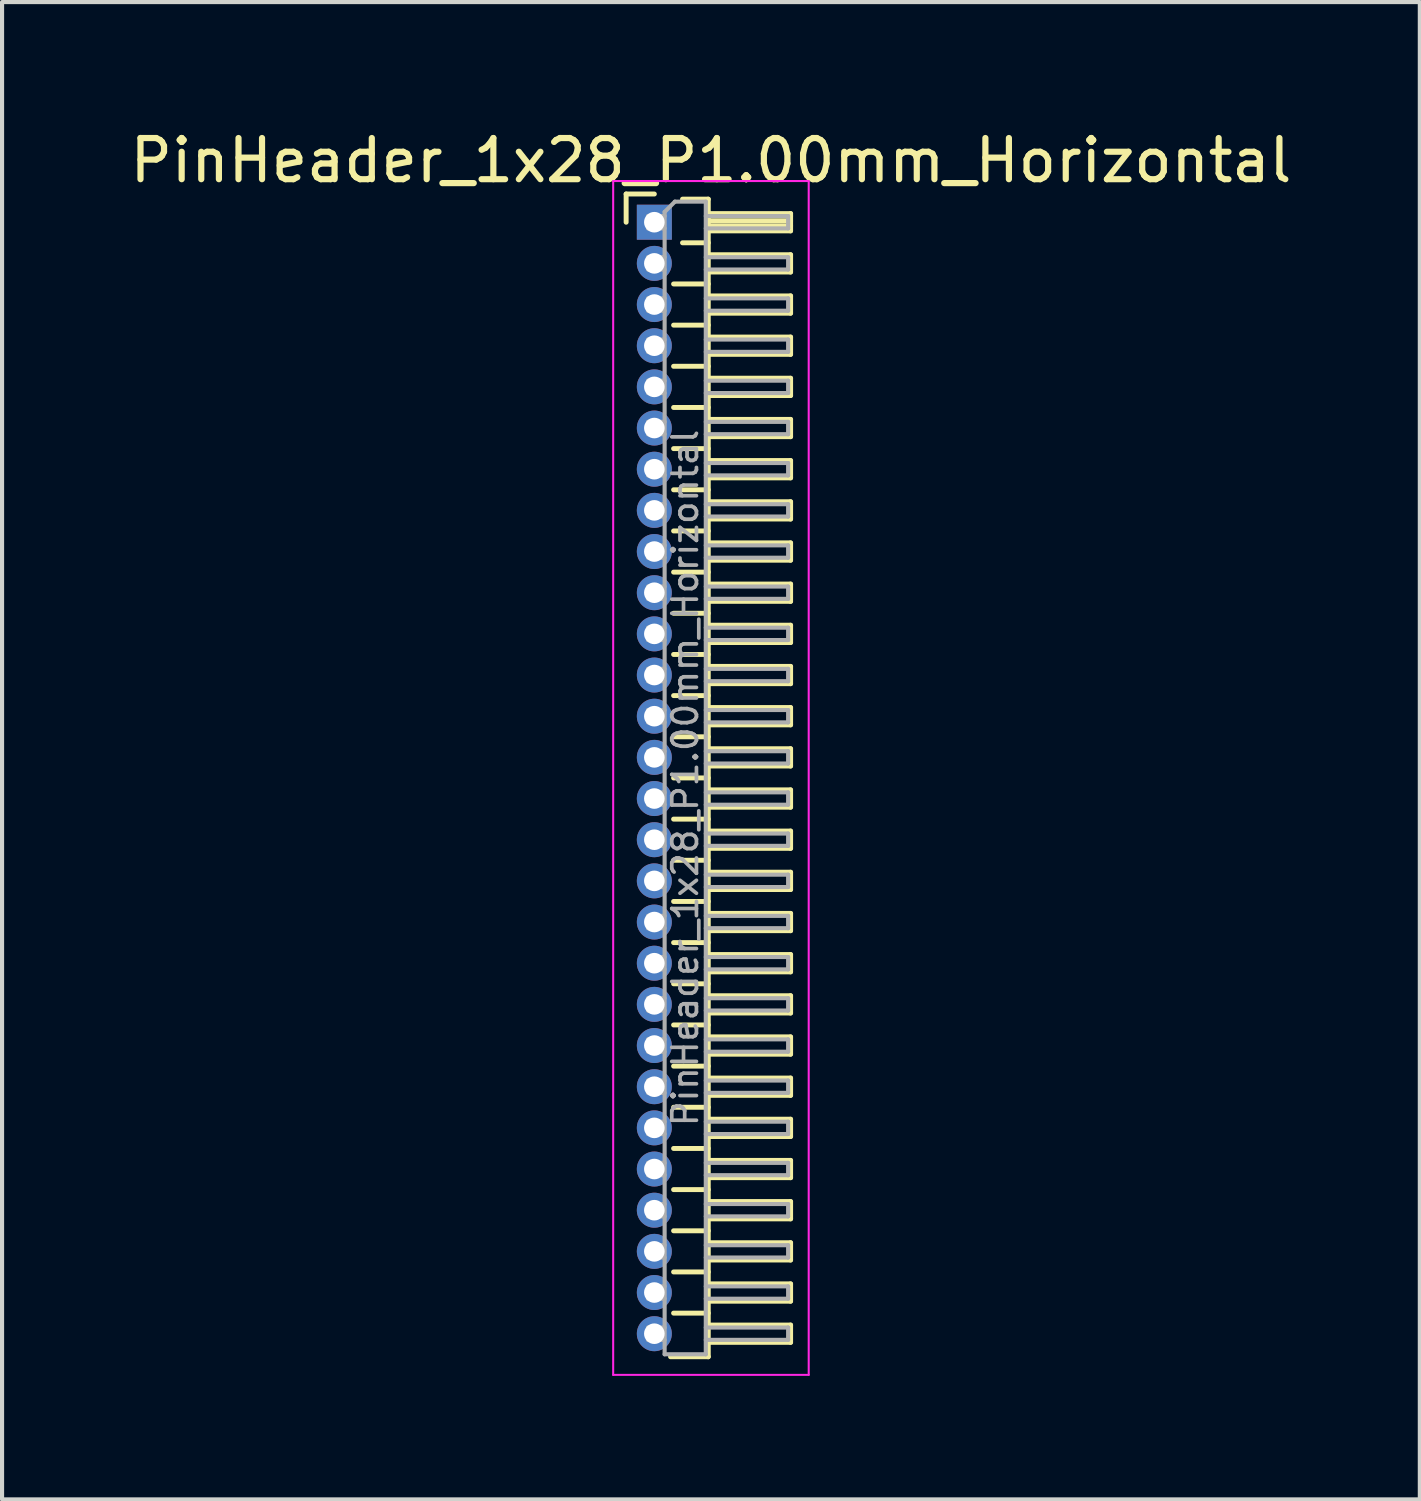
<source format=kicad_pcb>
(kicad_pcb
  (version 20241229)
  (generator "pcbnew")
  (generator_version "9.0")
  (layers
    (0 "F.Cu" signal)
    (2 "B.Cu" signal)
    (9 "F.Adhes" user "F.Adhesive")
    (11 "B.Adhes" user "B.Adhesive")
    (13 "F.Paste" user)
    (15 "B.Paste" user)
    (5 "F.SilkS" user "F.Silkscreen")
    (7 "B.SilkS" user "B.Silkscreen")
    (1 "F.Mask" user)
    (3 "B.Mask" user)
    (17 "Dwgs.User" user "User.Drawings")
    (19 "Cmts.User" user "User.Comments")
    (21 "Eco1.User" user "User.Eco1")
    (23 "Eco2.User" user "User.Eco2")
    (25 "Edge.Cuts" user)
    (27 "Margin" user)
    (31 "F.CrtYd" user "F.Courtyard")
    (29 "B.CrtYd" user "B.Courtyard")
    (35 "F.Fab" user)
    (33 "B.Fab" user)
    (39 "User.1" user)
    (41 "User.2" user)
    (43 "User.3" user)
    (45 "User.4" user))
  (footprint "PinHeader_1x28_P1.00mm_Horizontal"
    (layer "F.Cu")
    (at 12.845 2.348)
    (property "Reference" "PinHeader_1x28_P1.00mm_Horizontal" (at 1.375 -1.5 0) (layer "F.SilkS") (effects (font (size 1 1) (thickness 0.15))))
    (attr through_hole)
    (fp_line (start -0.685 -0.685) (end 0 -0.685) (stroke (width 0.12) (type solid)) (layer "F.SilkS"))
    (fp_line (start -0.685 0) (end -0.685 -0.685) (stroke (width 0.12) (type solid)) (layer "F.SilkS"))
    (fp_line (start 0.468 1.5) (end 1.31 1.5) (stroke (width 0.12) (type solid)) (layer "F.SilkS"))
    (fp_line (start 0.468 2.5) (end 1.31 2.5) (stroke (width 0.12) (type solid)) (layer "F.SilkS"))
    (fp_line (start 0.468 3.5) (end 1.31 3.5) (stroke (width 0.12) (type solid)) (layer "F.SilkS"))
    (fp_line (start 0.468 4.5) (end 1.31 4.5) (stroke (width 0.12) (type solid)) (layer "F.SilkS"))
    (fp_line (start 0.468 5.5) (end 1.31 5.5) (stroke (width 0.12) (type solid)) (layer "F.SilkS"))
    (fp_line (start 0.468 6.5) (end 1.31 6.5) (stroke (width 0.12) (type solid)) (layer "F.SilkS"))
    (fp_line (start 0.468 7.5) (end 1.31 7.5) (stroke (width 0.12) (type solid)) (layer "F.SilkS"))
    (fp_line (start 0.468 8.5) (end 1.31 8.5) (stroke (width 0.12) (type solid)) (layer "F.SilkS"))
    (fp_line (start 0.468 9.5) (end 1.31 9.5) (stroke (width 0.12) (type solid)) (layer "F.SilkS"))
    (fp_line (start 0.468 10.5) (end 1.31 10.5) (stroke (width 0.12) (type solid)) (layer "F.SilkS"))
    (fp_line (start 0.468 11.5) (end 1.31 11.5) (stroke (width 0.12) (type solid)) (layer "F.SilkS"))
    (fp_line (start 0.468 12.5) (end 1.31 12.5) (stroke (width 0.12) (type solid)) (layer "F.SilkS"))
    (fp_line (start 0.468 13.5) (end 1.31 13.5) (stroke (width 0.12) (type solid)) (layer "F.SilkS"))
    (fp_line (start 0.468 14.5) (end 1.31 14.5) (stroke (width 0.12) (type solid)) (layer "F.SilkS"))
    (fp_line (start 0.468 15.5) (end 1.31 15.5) (stroke (width 0.12) (type solid)) (layer "F.SilkS"))
    (fp_line (start 0.468 16.5) (end 1.31 16.5) (stroke (width 0.12) (type solid)) (layer "F.SilkS"))
    (fp_line (start 0.468 17.5) (end 1.31 17.5) (stroke (width 0.12) (type solid)) (layer "F.SilkS"))
    (fp_line (start 0.468 18.5) (end 1.31 18.5) (stroke (width 0.12) (type solid)) (layer "F.SilkS"))
    (fp_line (start 0.468 19.5) (end 1.31 19.5) (stroke (width 0.12) (type solid)) (layer "F.SilkS"))
    (fp_line (start 0.468 20.5) (end 1.31 20.5) (stroke (width 0.12) (type solid)) (layer "F.SilkS"))
    (fp_line (start 0.468 21.5) (end 1.31 21.5) (stroke (width 0.12) (type solid)) (layer "F.SilkS"))
    (fp_line (start 0.468 22.5) (end 1.31 22.5) (stroke (width 0.12) (type solid)) (layer "F.SilkS"))
    (fp_line (start 0.468 23.5) (end 1.31 23.5) (stroke (width 0.12) (type solid)) (layer "F.SilkS"))
    (fp_line (start 0.468 24.5) (end 1.31 24.5) (stroke (width 0.12) (type solid)) (layer "F.SilkS"))
    (fp_line (start 0.468 25.5) (end 1.31 25.5) (stroke (width 0.12) (type solid)) (layer "F.SilkS"))
    (fp_line (start 0.468 26.5) (end 1.31 26.5) (stroke (width 0.12) (type solid)) (layer "F.SilkS"))
    (fp_line (start 0.685 -0.56) (end 1.31 -0.56) (stroke (width 0.12) (type solid)) (layer "F.SilkS"))
    (fp_line (start 0.685 0.5) (end 1.31 0.5) (stroke (width 0.12) (type solid)) (layer "F.SilkS"))
    (fp_line (start 1.31 -0.56) (end 1.31 27.56) (stroke (width 0.12) (type solid)) (layer "F.SilkS"))
    (fp_line (start 1.31 -0.21) (end 3.31 -0.21) (stroke (width 0.12) (type solid)) (layer "F.SilkS"))
    (fp_line (start 1.31 -0.15) (end 3.31 -0.15) (stroke (width 0.12) (type solid)) (layer "F.SilkS"))
    (fp_line (start 1.31 -0.03) (end 3.31 -0.03) (stroke (width 0.12) (type solid)) (layer "F.SilkS"))
    (fp_line (start 1.31 0.09) (end 3.31 0.09) (stroke (width 0.12) (type solid)) (layer "F.SilkS"))
    (fp_line (start 1.31 0.79) (end 3.31 0.79) (stroke (width 0.12) (type solid)) (layer "F.SilkS"))
    (fp_line (start 1.31 1.79) (end 3.31 1.79) (stroke (width 0.12) (type solid)) (layer "F.SilkS"))
    (fp_line (start 1.31 2.79) (end 3.31 2.79) (stroke (width 0.12) (type solid)) (layer "F.SilkS"))
    (fp_line (start 1.31 3.79) (end 3.31 3.79) (stroke (width 0.12) (type solid)) (layer "F.SilkS"))
    (fp_line (start 1.31 4.79) (end 3.31 4.79) (stroke (width 0.12) (type solid)) (layer "F.SilkS"))
    (fp_line (start 1.31 5.79) (end 3.31 5.79) (stroke (width 0.12) (type solid)) (layer "F.SilkS"))
    (fp_line (start 1.31 6.79) (end 3.31 6.79) (stroke (width 0.12) (type solid)) (layer "F.SilkS"))
    (fp_line (start 1.31 7.79) (end 3.31 7.79) (stroke (width 0.12) (type solid)) (layer "F.SilkS"))
    (fp_line (start 1.31 8.79) (end 3.31 8.79) (stroke (width 0.12) (type solid)) (layer "F.SilkS"))
    (fp_line (start 1.31 9.79) (end 3.31 9.79) (stroke (width 0.12) (type solid)) (layer "F.SilkS"))
    (fp_line (start 1.31 10.79) (end 3.31 10.79) (stroke (width 0.12) (type solid)) (layer "F.SilkS"))
    (fp_line (start 1.31 11.79) (end 3.31 11.79) (stroke (width 0.12) (type solid)) (layer "F.SilkS"))
    (fp_line (start 1.31 12.79) (end 3.31 12.79) (stroke (width 0.12) (type solid)) (layer "F.SilkS"))
    (fp_line (start 1.31 13.79) (end 3.31 13.79) (stroke (width 0.12) (type solid)) (layer "F.SilkS"))
    (fp_line (start 1.31 14.79) (end 3.31 14.79) (stroke (width 0.12) (type solid)) (layer "F.SilkS"))
    (fp_line (start 1.31 15.79) (end 3.31 15.79) (stroke (width 0.12) (type solid)) (layer "F.SilkS"))
    (fp_line (start 1.31 16.79) (end 3.31 16.79) (stroke (width 0.12) (type solid)) (layer "F.SilkS"))
    (fp_line (start 1.31 17.79) (end 3.31 17.79) (stroke (width 0.12) (type solid)) (layer "F.SilkS"))
    (fp_line (start 1.31 18.79) (end 3.31 18.79) (stroke (width 0.12) (type solid)) (layer "F.SilkS"))
    (fp_line (start 1.31 19.79) (end 3.31 19.79) (stroke (width 0.12) (type solid)) (layer "F.SilkS"))
    (fp_line (start 1.31 20.79) (end 3.31 20.79) (stroke (width 0.12) (type solid)) (layer "F.SilkS"))
    (fp_line (start 1.31 21.79) (end 3.31 21.79) (stroke (width 0.12) (type solid)) (layer "F.SilkS"))
    (fp_line (start 1.31 22.79) (end 3.31 22.79) (stroke (width 0.12) (type solid)) (layer "F.SilkS"))
    (fp_line (start 1.31 23.79) (end 3.31 23.79) (stroke (width 0.12) (type solid)) (layer "F.SilkS"))
    (fp_line (start 1.31 24.79) (end 3.31 24.79) (stroke (width 0.12) (type solid)) (layer "F.SilkS"))
    (fp_line (start 1.31 25.79) (end 3.31 25.79) (stroke (width 0.12) (type solid)) (layer "F.SilkS"))
    (fp_line (start 1.31 26.79) (end 3.31 26.79) (stroke (width 0.12) (type solid)) (layer "F.SilkS"))
    (fp_line (start 1.31 27.56) (end 0.394 27.56) (stroke (width 0.12) (type solid)) (layer "F.SilkS"))
    (fp_line (start 3.31 -0.21) (end 3.31 0.21) (stroke (width 0.12) (type solid)) (layer "F.SilkS"))
    (fp_line (start 3.31 0.21) (end 1.31 0.21) (stroke (width 0.12) (type solid)) (layer "F.SilkS"))
    (fp_line (start 3.31 0.79) (end 3.31 1.21) (stroke (width 0.12) (type solid)) (layer "F.SilkS"))
    (fp_line (start 3.31 1.21) (end 1.31 1.21) (stroke (width 0.12) (type solid)) (layer "F.SilkS"))
    (fp_line (start 3.31 1.79) (end 3.31 2.21) (stroke (width 0.12) (type solid)) (layer "F.SilkS"))
    (fp_line (start 3.31 2.21) (end 1.31 2.21) (stroke (width 0.12) (type solid)) (layer "F.SilkS"))
    (fp_line (start 3.31 2.79) (end 3.31 3.21) (stroke (width 0.12) (type solid)) (layer "F.SilkS"))
    (fp_line (start 3.31 3.21) (end 1.31 3.21) (stroke (width 0.12) (type solid)) (layer "F.SilkS"))
    (fp_line (start 3.31 3.79) (end 3.31 4.21) (stroke (width 0.12) (type solid)) (layer "F.SilkS"))
    (fp_line (start 3.31 4.21) (end 1.31 4.21) (stroke (width 0.12) (type solid)) (layer "F.SilkS"))
    (fp_line (start 3.31 4.79) (end 3.31 5.21) (stroke (width 0.12) (type solid)) (layer "F.SilkS"))
    (fp_line (start 3.31 5.21) (end 1.31 5.21) (stroke (width 0.12) (type solid)) (layer "F.SilkS"))
    (fp_line (start 3.31 5.79) (end 3.31 6.21) (stroke (width 0.12) (type solid)) (layer "F.SilkS"))
    (fp_line (start 3.31 6.21) (end 1.31 6.21) (stroke (width 0.12) (type solid)) (layer "F.SilkS"))
    (fp_line (start 3.31 6.79) (end 3.31 7.21) (stroke (width 0.12) (type solid)) (layer "F.SilkS"))
    (fp_line (start 3.31 7.21) (end 1.31 7.21) (stroke (width 0.12) (type solid)) (layer "F.SilkS"))
    (fp_line (start 3.31 7.79) (end 3.31 8.21) (stroke (width 0.12) (type solid)) (layer "F.SilkS"))
    (fp_line (start 3.31 8.21) (end 1.31 8.21) (stroke (width 0.12) (type solid)) (layer "F.SilkS"))
    (fp_line (start 3.31 8.79) (end 3.31 9.21) (stroke (width 0.12) (type solid)) (layer "F.SilkS"))
    (fp_line (start 3.31 9.21) (end 1.31 9.21) (stroke (width 0.12) (type solid)) (layer "F.SilkS"))
    (fp_line (start 3.31 9.79) (end 3.31 10.21) (stroke (width 0.12) (type solid)) (layer "F.SilkS"))
    (fp_line (start 3.31 10.21) (end 1.31 10.21) (stroke (width 0.12) (type solid)) (layer "F.SilkS"))
    (fp_line (start 3.31 10.79) (end 3.31 11.21) (stroke (width 0.12) (type solid)) (layer "F.SilkS"))
    (fp_line (start 3.31 11.21) (end 1.31 11.21) (stroke (width 0.12) (type solid)) (layer "F.SilkS"))
    (fp_line (start 3.31 11.79) (end 3.31 12.21) (stroke (width 0.12) (type solid)) (layer "F.SilkS"))
    (fp_line (start 3.31 12.21) (end 1.31 12.21) (stroke (width 0.12) (type solid)) (layer "F.SilkS"))
    (fp_line (start 3.31 12.79) (end 3.31 13.21) (stroke (width 0.12) (type solid)) (layer "F.SilkS"))
    (fp_line (start 3.31 13.21) (end 1.31 13.21) (stroke (width 0.12) (type solid)) (layer "F.SilkS"))
    (fp_line (start 3.31 13.79) (end 3.31 14.21) (stroke (width 0.12) (type solid)) (layer "F.SilkS"))
    (fp_line (start 3.31 14.21) (end 1.31 14.21) (stroke (width 0.12) (type solid)) (layer "F.SilkS"))
    (fp_line (start 3.31 14.79) (end 3.31 15.21) (stroke (width 0.12) (type solid)) (layer "F.SilkS"))
    (fp_line (start 3.31 15.21) (end 1.31 15.21) (stroke (width 0.12) (type solid)) (layer "F.SilkS"))
    (fp_line (start 3.31 15.79) (end 3.31 16.21) (stroke (width 0.12) (type solid)) (layer "F.SilkS"))
    (fp_line (start 3.31 16.21) (end 1.31 16.21) (stroke (width 0.12) (type solid)) (layer "F.SilkS"))
    (fp_line (start 3.31 16.79) (end 3.31 17.21) (stroke (width 0.12) (type solid)) (layer "F.SilkS"))
    (fp_line (start 3.31 17.21) (end 1.31 17.21) (stroke (width 0.12) (type solid)) (layer "F.SilkS"))
    (fp_line (start 3.31 17.79) (end 3.31 18.21) (stroke (width 0.12) (type solid)) (layer "F.SilkS"))
    (fp_line (start 3.31 18.21) (end 1.31 18.21) (stroke (width 0.12) (type solid)) (layer "F.SilkS"))
    (fp_line (start 3.31 18.79) (end 3.31 19.21) (stroke (width 0.12) (type solid)) (layer "F.SilkS"))
    (fp_line (start 3.31 19.21) (end 1.31 19.21) (stroke (width 0.12) (type solid)) (layer "F.SilkS"))
    (fp_line (start 3.31 19.79) (end 3.31 20.21) (stroke (width 0.12) (type solid)) (layer "F.SilkS"))
    (fp_line (start 3.31 20.21) (end 1.31 20.21) (stroke (width 0.12) (type solid)) (layer "F.SilkS"))
    (fp_line (start 3.31 20.79) (end 3.31 21.21) (stroke (width 0.12) (type solid)) (layer "F.SilkS"))
    (fp_line (start 3.31 21.21) (end 1.31 21.21) (stroke (width 0.12) (type solid)) (layer "F.SilkS"))
    (fp_line (start 3.31 21.79) (end 3.31 22.21) (stroke (width 0.12) (type solid)) (layer "F.SilkS"))
    (fp_line (start 3.31 22.21) (end 1.31 22.21) (stroke (width 0.12) (type solid)) (layer "F.SilkS"))
    (fp_line (start 3.31 22.79) (end 3.31 23.21) (stroke (width 0.12) (type solid)) (layer "F.SilkS"))
    (fp_line (start 3.31 23.21) (end 1.31 23.21) (stroke (width 0.12) (type solid)) (layer "F.SilkS"))
    (fp_line (start 3.31 23.79) (end 3.31 24.21) (stroke (width 0.12) (type solid)) (layer "F.SilkS"))
    (fp_line (start 3.31 24.21) (end 1.31 24.21) (stroke (width 0.12) (type solid)) (layer "F.SilkS"))
    (fp_line (start 3.31 24.79) (end 3.31 25.21) (stroke (width 0.12) (type solid)) (layer "F.SilkS"))
    (fp_line (start 3.31 25.21) (end 1.31 25.21) (stroke (width 0.12) (type solid)) (layer "F.SilkS"))
    (fp_line (start 3.31 25.79) (end 3.31 26.21) (stroke (width 0.12) (type solid)) (layer "F.SilkS"))
    (fp_line (start 3.31 26.21) (end 1.31 26.21) (stroke (width 0.12) (type solid)) (layer "F.SilkS"))
    (fp_line (start 3.31 26.79) (end 3.31 27.21) (stroke (width 0.12) (type solid)) (layer "F.SilkS"))
    (fp_line (start 3.31 27.21) (end 1.31 27.21) (stroke (width 0.12) (type solid)) (layer "F.SilkS"))
    (fp_line (start -1 -1) (end -1 28) (stroke (width 0.05) (type solid)) (layer "F.CrtYd"))
    (fp_line (start -1 28) (end 3.75 28) (stroke (width 0.05) (type solid)) (layer "F.CrtYd"))
    (fp_line (start 3.75 -1) (end -1 -1) (stroke (width 0.05) (type solid)) (layer "F.CrtYd"))
    (fp_line (start 3.75 28) (end 3.75 -1) (stroke (width 0.05) (type solid)) (layer "F.CrtYd"))
    (fp_line (start -0.15 -0.15) (end -0.15 0.15) (stroke (width 0.1) (type solid)) (layer "F.Fab"))
    (fp_line (start -0.15 -0.15) (end 0.25 -0.15) (stroke (width 0.1) (type solid)) (layer "F.Fab"))
    (fp_line (start -0.15 0.15) (end 0.25 0.15) (stroke (width 0.1) (type solid)) (layer "F.Fab"))
    (fp_line (start -0.15 0.85) (end -0.15 1.15) (stroke (width 0.1) (type solid)) (layer "F.Fab"))
    (fp_line (start -0.15 0.85) (end 0.25 0.85) (stroke (width 0.1) (type solid)) (layer "F.Fab"))
    (fp_line (start -0.15 1.15) (end 0.25 1.15) (stroke (width 0.1) (type solid)) (layer "F.Fab"))
    (fp_line (start -0.15 1.85) (end -0.15 2.15) (stroke (width 0.1) (type solid)) (layer "F.Fab"))
    (fp_line (start -0.15 1.85) (end 0.25 1.85) (stroke (width 0.1) (type solid)) (layer "F.Fab"))
    (fp_line (start -0.15 2.15) (end 0.25 2.15) (stroke (width 0.1) (type solid)) (layer "F.Fab"))
    (fp_line (start -0.15 2.85) (end -0.15 3.15) (stroke (width 0.1) (type solid)) (layer "F.Fab"))
    (fp_line (start -0.15 2.85) (end 0.25 2.85) (stroke (width 0.1) (type solid)) (layer "F.Fab"))
    (fp_line (start -0.15 3.15) (end 0.25 3.15) (stroke (width 0.1) (type solid)) (layer "F.Fab"))
    (fp_line (start -0.15 3.85) (end -0.15 4.15) (stroke (width 0.1) (type solid)) (layer "F.Fab"))
    (fp_line (start -0.15 3.85) (end 0.25 3.85) (stroke (width 0.1) (type solid)) (layer "F.Fab"))
    (fp_line (start -0.15 4.15) (end 0.25 4.15) (stroke (width 0.1) (type solid)) (layer "F.Fab"))
    (fp_line (start -0.15 4.85) (end -0.15 5.15) (stroke (width 0.1) (type solid)) (layer "F.Fab"))
    (fp_line (start -0.15 4.85) (end 0.25 4.85) (stroke (width 0.1) (type solid)) (layer "F.Fab"))
    (fp_line (start -0.15 5.15) (end 0.25 5.15) (stroke (width 0.1) (type solid)) (layer "F.Fab"))
    (fp_line (start -0.15 5.85) (end -0.15 6.15) (stroke (width 0.1) (type solid)) (layer "F.Fab"))
    (fp_line (start -0.15 5.85) (end 0.25 5.85) (stroke (width 0.1) (type solid)) (layer "F.Fab"))
    (fp_line (start -0.15 6.15) (end 0.25 6.15) (stroke (width 0.1) (type solid)) (layer "F.Fab"))
    (fp_line (start -0.15 6.85) (end -0.15 7.15) (stroke (width 0.1) (type solid)) (layer "F.Fab"))
    (fp_line (start -0.15 6.85) (end 0.25 6.85) (stroke (width 0.1) (type solid)) (layer "F.Fab"))
    (fp_line (start -0.15 7.15) (end 0.25 7.15) (stroke (width 0.1) (type solid)) (layer "F.Fab"))
    (fp_line (start -0.15 7.85) (end -0.15 8.15) (stroke (width 0.1) (type solid)) (layer "F.Fab"))
    (fp_line (start -0.15 7.85) (end 0.25 7.85) (stroke (width 0.1) (type solid)) (layer "F.Fab"))
    (fp_line (start -0.15 8.15) (end 0.25 8.15) (stroke (width 0.1) (type solid)) (layer "F.Fab"))
    (fp_line (start -0.15 8.85) (end -0.15 9.15) (stroke (width 0.1) (type solid)) (layer "F.Fab"))
    (fp_line (start -0.15 8.85) (end 0.25 8.85) (stroke (width 0.1) (type solid)) (layer "F.Fab"))
    (fp_line (start -0.15 9.15) (end 0.25 9.15) (stroke (width 0.1) (type solid)) (layer "F.Fab"))
    (fp_line (start -0.15 9.85) (end -0.15 10.15) (stroke (width 0.1) (type solid)) (layer "F.Fab"))
    (fp_line (start -0.15 9.85) (end 0.25 9.85) (stroke (width 0.1) (type solid)) (layer "F.Fab"))
    (fp_line (start -0.15 10.15) (end 0.25 10.15) (stroke (width 0.1) (type solid)) (layer "F.Fab"))
    (fp_line (start -0.15 10.85) (end -0.15 11.15) (stroke (width 0.1) (type solid)) (layer "F.Fab"))
    (fp_line (start -0.15 10.85) (end 0.25 10.85) (stroke (width 0.1) (type solid)) (layer "F.Fab"))
    (fp_line (start -0.15 11.15) (end 0.25 11.15) (stroke (width 0.1) (type solid)) (layer "F.Fab"))
    (fp_line (start -0.15 11.85) (end -0.15 12.15) (stroke (width 0.1) (type solid)) (layer "F.Fab"))
    (fp_line (start -0.15 11.85) (end 0.25 11.85) (stroke (width 0.1) (type solid)) (layer "F.Fab"))
    (fp_line (start -0.15 12.15) (end 0.25 12.15) (stroke (width 0.1) (type solid)) (layer "F.Fab"))
    (fp_line (start -0.15 12.85) (end -0.15 13.15) (stroke (width 0.1) (type solid)) (layer "F.Fab"))
    (fp_line (start -0.15 12.85) (end 0.25 12.85) (stroke (width 0.1) (type solid)) (layer "F.Fab"))
    (fp_line (start -0.15 13.15) (end 0.25 13.15) (stroke (width 0.1) (type solid)) (layer "F.Fab"))
    (fp_line (start -0.15 13.85) (end -0.15 14.15) (stroke (width 0.1) (type solid)) (layer "F.Fab"))
    (fp_line (start -0.15 13.85) (end 0.25 13.85) (stroke (width 0.1) (type solid)) (layer "F.Fab"))
    (fp_line (start -0.15 14.15) (end 0.25 14.15) (stroke (width 0.1) (type solid)) (layer "F.Fab"))
    (fp_line (start -0.15 14.85) (end -0.15 15.15) (stroke (width 0.1) (type solid)) (layer "F.Fab"))
    (fp_line (start -0.15 14.85) (end 0.25 14.85) (stroke (width 0.1) (type solid)) (layer "F.Fab"))
    (fp_line (start -0.15 15.15) (end 0.25 15.15) (stroke (width 0.1) (type solid)) (layer "F.Fab"))
    (fp_line (start -0.15 15.85) (end -0.15 16.15) (stroke (width 0.1) (type solid)) (layer "F.Fab"))
    (fp_line (start -0.15 15.85) (end 0.25 15.85) (stroke (width 0.1) (type solid)) (layer "F.Fab"))
    (fp_line (start -0.15 16.15) (end 0.25 16.15) (stroke (width 0.1) (type solid)) (layer "F.Fab"))
    (fp_line (start -0.15 16.85) (end -0.15 17.15) (stroke (width 0.1) (type solid)) (layer "F.Fab"))
    (fp_line (start -0.15 16.85) (end 0.25 16.85) (stroke (width 0.1) (type solid)) (layer "F.Fab"))
    (fp_line (start -0.15 17.15) (end 0.25 17.15) (stroke (width 0.1) (type solid)) (layer "F.Fab"))
    (fp_line (start -0.15 17.85) (end -0.15 18.15) (stroke (width 0.1) (type solid)) (layer "F.Fab"))
    (fp_line (start -0.15 17.85) (end 0.25 17.85) (stroke (width 0.1) (type solid)) (layer "F.Fab"))
    (fp_line (start -0.15 18.15) (end 0.25 18.15) (stroke (width 0.1) (type solid)) (layer "F.Fab"))
    (fp_line (start -0.15 18.85) (end -0.15 19.15) (stroke (width 0.1) (type solid)) (layer "F.Fab"))
    (fp_line (start -0.15 18.85) (end 0.25 18.85) (stroke (width 0.1) (type solid)) (layer "F.Fab"))
    (fp_line (start -0.15 19.15) (end 0.25 19.15) (stroke (width 0.1) (type solid)) (layer "F.Fab"))
    (fp_line (start -0.15 19.85) (end -0.15 20.15) (stroke (width 0.1) (type solid)) (layer "F.Fab"))
    (fp_line (start -0.15 19.85) (end 0.25 19.85) (stroke (width 0.1) (type solid)) (layer "F.Fab"))
    (fp_line (start -0.15 20.15) (end 0.25 20.15) (stroke (width 0.1) (type solid)) (layer "F.Fab"))
    (fp_line (start -0.15 20.85) (end -0.15 21.15) (stroke (width 0.1) (type solid)) (layer "F.Fab"))
    (fp_line (start -0.15 20.85) (end 0.25 20.85) (stroke (width 0.1) (type solid)) (layer "F.Fab"))
    (fp_line (start -0.15 21.15) (end 0.25 21.15) (stroke (width 0.1) (type solid)) (layer "F.Fab"))
    (fp_line (start -0.15 21.85) (end -0.15 22.15) (stroke (width 0.1) (type solid)) (layer "F.Fab"))
    (fp_line (start -0.15 21.85) (end 0.25 21.85) (stroke (width 0.1) (type solid)) (layer "F.Fab"))
    (fp_line (start -0.15 22.15) (end 0.25 22.15) (stroke (width 0.1) (type solid)) (layer "F.Fab"))
    (fp_line (start -0.15 22.85) (end -0.15 23.15) (stroke (width 0.1) (type solid)) (layer "F.Fab"))
    (fp_line (start -0.15 22.85) (end 0.25 22.85) (stroke (width 0.1) (type solid)) (layer "F.Fab"))
    (fp_line (start -0.15 23.15) (end 0.25 23.15) (stroke (width 0.1) (type solid)) (layer "F.Fab"))
    (fp_line (start -0.15 23.85) (end -0.15 24.15) (stroke (width 0.1) (type solid)) (layer "F.Fab"))
    (fp_line (start -0.15 23.85) (end 0.25 23.85) (stroke (width 0.1) (type solid)) (layer "F.Fab"))
    (fp_line (start -0.15 24.15) (end 0.25 24.15) (stroke (width 0.1) (type solid)) (layer "F.Fab"))
    (fp_line (start -0.15 24.85) (end -0.15 25.15) (stroke (width 0.1) (type solid)) (layer "F.Fab"))
    (fp_line (start -0.15 24.85) (end 0.25 24.85) (stroke (width 0.1) (type solid)) (layer "F.Fab"))
    (fp_line (start -0.15 25.15) (end 0.25 25.15) (stroke (width 0.1) (type solid)) (layer "F.Fab"))
    (fp_line (start -0.15 25.85) (end -0.15 26.15) (stroke (width 0.1) (type solid)) (layer "F.Fab"))
    (fp_line (start -0.15 25.85) (end 0.25 25.85) (stroke (width 0.1) (type solid)) (layer "F.Fab"))
    (fp_line (start -0.15 26.15) (end 0.25 26.15) (stroke (width 0.1) (type solid)) (layer "F.Fab"))
    (fp_line (start -0.15 26.85) (end -0.15 27.15) (stroke (width 0.1) (type solid)) (layer "F.Fab"))
    (fp_line (start -0.15 26.85) (end 0.25 26.85) (stroke (width 0.1) (type solid)) (layer "F.Fab"))
    (fp_line (start -0.15 27.15) (end 0.25 27.15) (stroke (width 0.1) (type solid)) (layer "F.Fab"))
    (fp_line (start 0.25 -0.25) (end 0.5 -0.5) (stroke (width 0.1) (type solid)) (layer "F.Fab"))
    (fp_line (start 0.25 27.5) (end 0.25 -0.25) (stroke (width 0.1) (type solid)) (layer "F.Fab"))
    (fp_line (start 0.5 -0.5) (end 1.25 -0.5) (stroke (width 0.1) (type solid)) (layer "F.Fab"))
    (fp_line (start 1.25 -0.5) (end 1.25 27.5) (stroke (width 0.1) (type solid)) (layer "F.Fab"))
    (fp_line (start 1.25 -0.15) (end 3.25 -0.15) (stroke (width 0.1) (type solid)) (layer "F.Fab"))
    (fp_line (start 1.25 0.15) (end 3.25 0.15) (stroke (width 0.1) (type solid)) (layer "F.Fab"))
    (fp_line (start 1.25 0.85) (end 3.25 0.85) (stroke (width 0.1) (type solid)) (layer "F.Fab"))
    (fp_line (start 1.25 1.15) (end 3.25 1.15) (stroke (width 0.1) (type solid)) (layer "F.Fab"))
    (fp_line (start 1.25 1.85) (end 3.25 1.85) (stroke (width 0.1) (type solid)) (layer "F.Fab"))
    (fp_line (start 1.25 2.15) (end 3.25 2.15) (stroke (width 0.1) (type solid)) (layer "F.Fab"))
    (fp_line (start 1.25 2.85) (end 3.25 2.85) (stroke (width 0.1) (type solid)) (layer "F.Fab"))
    (fp_line (start 1.25 3.15) (end 3.25 3.15) (stroke (width 0.1) (type solid)) (layer "F.Fab"))
    (fp_line (start 1.25 3.85) (end 3.25 3.85) (stroke (width 0.1) (type solid)) (layer "F.Fab"))
    (fp_line (start 1.25 4.15) (end 3.25 4.15) (stroke (width 0.1) (type solid)) (layer "F.Fab"))
    (fp_line (start 1.25 4.85) (end 3.25 4.85) (stroke (width 0.1) (type solid)) (layer "F.Fab"))
    (fp_line (start 1.25 5.15) (end 3.25 5.15) (stroke (width 0.1) (type solid)) (layer "F.Fab"))
    (fp_line (start 1.25 5.85) (end 3.25 5.85) (stroke (width 0.1) (type solid)) (layer "F.Fab"))
    (fp_line (start 1.25 6.15) (end 3.25 6.15) (stroke (width 0.1) (type solid)) (layer "F.Fab"))
    (fp_line (start 1.25 6.85) (end 3.25 6.85) (stroke (width 0.1) (type solid)) (layer "F.Fab"))
    (fp_line (start 1.25 7.15) (end 3.25 7.15) (stroke (width 0.1) (type solid)) (layer "F.Fab"))
    (fp_line (start 1.25 7.85) (end 3.25 7.85) (stroke (width 0.1) (type solid)) (layer "F.Fab"))
    (fp_line (start 1.25 8.15) (end 3.25 8.15) (stroke (width 0.1) (type solid)) (layer "F.Fab"))
    (fp_line (start 1.25 8.85) (end 3.25 8.85) (stroke (width 0.1) (type solid)) (layer "F.Fab"))
    (fp_line (start 1.25 9.15) (end 3.25 9.15) (stroke (width 0.1) (type solid)) (layer "F.Fab"))
    (fp_line (start 1.25 9.85) (end 3.25 9.85) (stroke (width 0.1) (type solid)) (layer "F.Fab"))
    (fp_line (start 1.25 10.15) (end 3.25 10.15) (stroke (width 0.1) (type solid)) (layer "F.Fab"))
    (fp_line (start 1.25 10.85) (end 3.25 10.85) (stroke (width 0.1) (type solid)) (layer "F.Fab"))
    (fp_line (start 1.25 11.15) (end 3.25 11.15) (stroke (width 0.1) (type solid)) (layer "F.Fab"))
    (fp_line (start 1.25 11.85) (end 3.25 11.85) (stroke (width 0.1) (type solid)) (layer "F.Fab"))
    (fp_line (start 1.25 12.15) (end 3.25 12.15) (stroke (width 0.1) (type solid)) (layer "F.Fab"))
    (fp_line (start 1.25 12.85) (end 3.25 12.85) (stroke (width 0.1) (type solid)) (layer "F.Fab"))
    (fp_line (start 1.25 13.15) (end 3.25 13.15) (stroke (width 0.1) (type solid)) (layer "F.Fab"))
    (fp_line (start 1.25 13.85) (end 3.25 13.85) (stroke (width 0.1) (type solid)) (layer "F.Fab"))
    (fp_line (start 1.25 14.15) (end 3.25 14.15) (stroke (width 0.1) (type solid)) (layer "F.Fab"))
    (fp_line (start 1.25 14.85) (end 3.25 14.85) (stroke (width 0.1) (type solid)) (layer "F.Fab"))
    (fp_line (start 1.25 15.15) (end 3.25 15.15) (stroke (width 0.1) (type solid)) (layer "F.Fab"))
    (fp_line (start 1.25 15.85) (end 3.25 15.85) (stroke (width 0.1) (type solid)) (layer "F.Fab"))
    (fp_line (start 1.25 16.15) (end 3.25 16.15) (stroke (width 0.1) (type solid)) (layer "F.Fab"))
    (fp_line (start 1.25 16.85) (end 3.25 16.85) (stroke (width 0.1) (type solid)) (layer "F.Fab"))
    (fp_line (start 1.25 17.15) (end 3.25 17.15) (stroke (width 0.1) (type solid)) (layer "F.Fab"))
    (fp_line (start 1.25 17.85) (end 3.25 17.85) (stroke (width 0.1) (type solid)) (layer "F.Fab"))
    (fp_line (start 1.25 18.15) (end 3.25 18.15) (stroke (width 0.1) (type solid)) (layer "F.Fab"))
    (fp_line (start 1.25 18.85) (end 3.25 18.85) (stroke (width 0.1) (type solid)) (layer "F.Fab"))
    (fp_line (start 1.25 19.15) (end 3.25 19.15) (stroke (width 0.1) (type solid)) (layer "F.Fab"))
    (fp_line (start 1.25 19.85) (end 3.25 19.85) (stroke (width 0.1) (type solid)) (layer "F.Fab"))
    (fp_line (start 1.25 20.15) (end 3.25 20.15) (stroke (width 0.1) (type solid)) (layer "F.Fab"))
    (fp_line (start 1.25 20.85) (end 3.25 20.85) (stroke (width 0.1) (type solid)) (layer "F.Fab"))
    (fp_line (start 1.25 21.15) (end 3.25 21.15) (stroke (width 0.1) (type solid)) (layer "F.Fab"))
    (fp_line (start 1.25 21.85) (end 3.25 21.85) (stroke (width 0.1) (type solid)) (layer "F.Fab"))
    (fp_line (start 1.25 22.15) (end 3.25 22.15) (stroke (width 0.1) (type solid)) (layer "F.Fab"))
    (fp_line (start 1.25 22.85) (end 3.25 22.85) (stroke (width 0.1) (type solid)) (layer "F.Fab"))
    (fp_line (start 1.25 23.15) (end 3.25 23.15) (stroke (width 0.1) (type solid)) (layer "F.Fab"))
    (fp_line (start 1.25 23.85) (end 3.25 23.85) (stroke (width 0.1) (type solid)) (layer "F.Fab"))
    (fp_line (start 1.25 24.15) (end 3.25 24.15) (stroke (width 0.1) (type solid)) (layer "F.Fab"))
    (fp_line (start 1.25 24.85) (end 3.25 24.85) (stroke (width 0.1) (type solid)) (layer "F.Fab"))
    (fp_line (start 1.25 25.15) (end 3.25 25.15) (stroke (width 0.1) (type solid)) (layer "F.Fab"))
    (fp_line (start 1.25 25.85) (end 3.25 25.85) (stroke (width 0.1) (type solid)) (layer "F.Fab"))
    (fp_line (start 1.25 26.15) (end 3.25 26.15) (stroke (width 0.1) (type solid)) (layer "F.Fab"))
    (fp_line (start 1.25 26.85) (end 3.25 26.85) (stroke (width 0.1) (type solid)) (layer "F.Fab"))
    (fp_line (start 1.25 27.15) (end 3.25 27.15) (stroke (width 0.1) (type solid)) (layer "F.Fab"))
    (fp_line (start 1.25 27.5) (end 0.25 27.5) (stroke (width 0.1) (type solid)) (layer "F.Fab"))
    (fp_line (start 3.25 -0.15) (end 3.25 0.15) (stroke (width 0.1) (type solid)) (layer "F.Fab"))
    (fp_line (start 3.25 0.85) (end 3.25 1.15) (stroke (width 0.1) (type solid)) (layer "F.Fab"))
    (fp_line (start 3.25 1.85) (end 3.25 2.15) (stroke (width 0.1) (type solid)) (layer "F.Fab"))
    (fp_line (start 3.25 2.85) (end 3.25 3.15) (stroke (width 0.1) (type solid)) (layer "F.Fab"))
    (fp_line (start 3.25 3.85) (end 3.25 4.15) (stroke (width 0.1) (type solid)) (layer "F.Fab"))
    (fp_line (start 3.25 4.85) (end 3.25 5.15) (stroke (width 0.1) (type solid)) (layer "F.Fab"))
    (fp_line (start 3.25 5.85) (end 3.25 6.15) (stroke (width 0.1) (type solid)) (layer "F.Fab"))
    (fp_line (start 3.25 6.85) (end 3.25 7.15) (stroke (width 0.1) (type solid)) (layer "F.Fab"))
    (fp_line (start 3.25 7.85) (end 3.25 8.15) (stroke (width 0.1) (type solid)) (layer "F.Fab"))
    (fp_line (start 3.25 8.85) (end 3.25 9.15) (stroke (width 0.1) (type solid)) (layer "F.Fab"))
    (fp_line (start 3.25 9.85) (end 3.25 10.15) (stroke (width 0.1) (type solid)) (layer "F.Fab"))
    (fp_line (start 3.25 10.85) (end 3.25 11.15) (stroke (width 0.1) (type solid)) (layer "F.Fab"))
    (fp_line (start 3.25 11.85) (end 3.25 12.15) (stroke (width 0.1) (type solid)) (layer "F.Fab"))
    (fp_line (start 3.25 12.85) (end 3.25 13.15) (stroke (width 0.1) (type solid)) (layer "F.Fab"))
    (fp_line (start 3.25 13.85) (end 3.25 14.15) (stroke (width 0.1) (type solid)) (layer "F.Fab"))
    (fp_line (start 3.25 14.85) (end 3.25 15.15) (stroke (width 0.1) (type solid)) (layer "F.Fab"))
    (fp_line (start 3.25 15.85) (end 3.25 16.15) (stroke (width 0.1) (type solid)) (layer "F.Fab"))
    (fp_line (start 3.25 16.85) (end 3.25 17.15) (stroke (width 0.1) (type solid)) (layer "F.Fab"))
    (fp_line (start 3.25 17.85) (end 3.25 18.15) (stroke (width 0.1) (type solid)) (layer "F.Fab"))
    (fp_line (start 3.25 18.85) (end 3.25 19.15) (stroke (width 0.1) (type solid)) (layer "F.Fab"))
    (fp_line (start 3.25 19.85) (end 3.25 20.15) (stroke (width 0.1) (type solid)) (layer "F.Fab"))
    (fp_line (start 3.25 20.85) (end 3.25 21.15) (stroke (width 0.1) (type solid)) (layer "F.Fab"))
    (fp_line (start 3.25 21.85) (end 3.25 22.15) (stroke (width 0.1) (type solid)) (layer "F.Fab"))
    (fp_line (start 3.25 22.85) (end 3.25 23.15) (stroke (width 0.1) (type solid)) (layer "F.Fab"))
    (fp_line (start 3.25 23.85) (end 3.25 24.15) (stroke (width 0.1) (type solid)) (layer "F.Fab"))
    (fp_line (start 3.25 24.85) (end 3.25 25.15) (stroke (width 0.1) (type solid)) (layer "F.Fab"))
    (fp_line (start 3.25 25.85) (end 3.25 26.15) (stroke (width 0.1) (type solid)) (layer "F.Fab"))
    (fp_line (start 3.25 26.85) (end 3.25 27.15) (stroke (width 0.1) (type solid)) (layer "F.Fab"))
    (fp_text user "${REFERENCE}" (at 0.75 13.5 90) (layer "F.Fab") (effects (font (size 0.6 0.6) (thickness 0.09))))
    (pad "1" thru_hole rect (at 0 0) (size 0.85 0.85) (drill 0.5) (layers "*.Cu" "*.Mask"))
    (pad "2" thru_hole oval (at 0 1) (size 0.85 0.85) (drill 0.5) (layers "*.Cu" "*.Mask"))
    (pad "3" thru_hole oval (at 0 2) (size 0.85 0.85) (drill 0.5) (layers "*.Cu" "*.Mask"))
    (pad "4" thru_hole oval (at 0 3) (size 0.85 0.85) (drill 0.5) (layers "*.Cu" "*.Mask"))
    (pad "5" thru_hole oval (at 0 4) (size 0.85 0.85) (drill 0.5) (layers "*.Cu" "*.Mask"))
    (pad "6" thru_hole oval (at 0 5) (size 0.85 0.85) (drill 0.5) (layers "*.Cu" "*.Mask"))
    (pad "7" thru_hole oval (at 0 6) (size 0.85 0.85) (drill 0.5) (layers "*.Cu" "*.Mask"))
    (pad "8" thru_hole oval (at 0 7) (size 0.85 0.85) (drill 0.5) (layers "*.Cu" "*.Mask"))
    (pad "9" thru_hole oval (at 0 8) (size 0.85 0.85) (drill 0.5) (layers "*.Cu" "*.Mask"))
    (pad "10" thru_hole oval (at 0 9) (size 0.85 0.85) (drill 0.5) (layers "*.Cu" "*.Mask"))
    (pad "11" thru_hole oval (at 0 10) (size 0.85 0.85) (drill 0.5) (layers "*.Cu" "*.Mask"))
    (pad "12" thru_hole oval (at 0 11) (size 0.85 0.85) (drill 0.5) (layers "*.Cu" "*.Mask"))
    (pad "13" thru_hole oval (at 0 12) (size 0.85 0.85) (drill 0.5) (layers "*.Cu" "*.Mask"))
    (pad "14" thru_hole oval (at 0 13) (size 0.85 0.85) (drill 0.5) (layers "*.Cu" "*.Mask"))
    (pad "15" thru_hole oval (at 0 14) (size 0.85 0.85) (drill 0.5) (layers "*.Cu" "*.Mask"))
    (pad "16" thru_hole oval (at 0 15) (size 0.85 0.85) (drill 0.5) (layers "*.Cu" "*.Mask"))
    (pad "17" thru_hole oval (at 0 16) (size 0.85 0.85) (drill 0.5) (layers "*.Cu" "*.Mask"))
    (pad "18" thru_hole oval (at 0 17) (size 0.85 0.85) (drill 0.5) (layers "*.Cu" "*.Mask"))
    (pad "19" thru_hole oval (at 0 18) (size 0.85 0.85) (drill 0.5) (layers "*.Cu" "*.Mask"))
    (pad "20" thru_hole oval (at 0 19) (size 0.85 0.85) (drill 0.5) (layers "*.Cu" "*.Mask"))
    (pad "21" thru_hole oval (at 0 20) (size 0.85 0.85) (drill 0.5) (layers "*.Cu" "*.Mask"))
    (pad "22" thru_hole oval (at 0 21) (size 0.85 0.85) (drill 0.5) (layers "*.Cu" "*.Mask"))
    (pad "23" thru_hole oval (at 0 22) (size 0.85 0.85) (drill 0.5) (layers "*.Cu" "*.Mask"))
    (pad "24" thru_hole oval (at 0 23) (size 0.85 0.85) (drill 0.5) (layers "*.Cu" "*.Mask"))
    (pad "25" thru_hole oval (at 0 24) (size 0.85 0.85) (drill 0.5) (layers "*.Cu" "*.Mask"))
    (pad "26" thru_hole oval (at 0 25) (size 0.85 0.85) (drill 0.5) (layers "*.Cu" "*.Mask"))
    (pad "27" thru_hole oval (at 0 26) (size 0.85 0.85) (drill 0.5) (layers "*.Cu" "*.Mask"))
    (pad "28" thru_hole oval (at 0 27) (size 0.85 0.85) (drill 0.5) (layers "*.Cu" "*.Mask")))
  (gr_rect
    (start -3 -3)
    (end 31.44 33.373)
    (stroke (width 0.1) (type default))
    (fill no)
    (layer "Edge.Cuts")))
</source>
